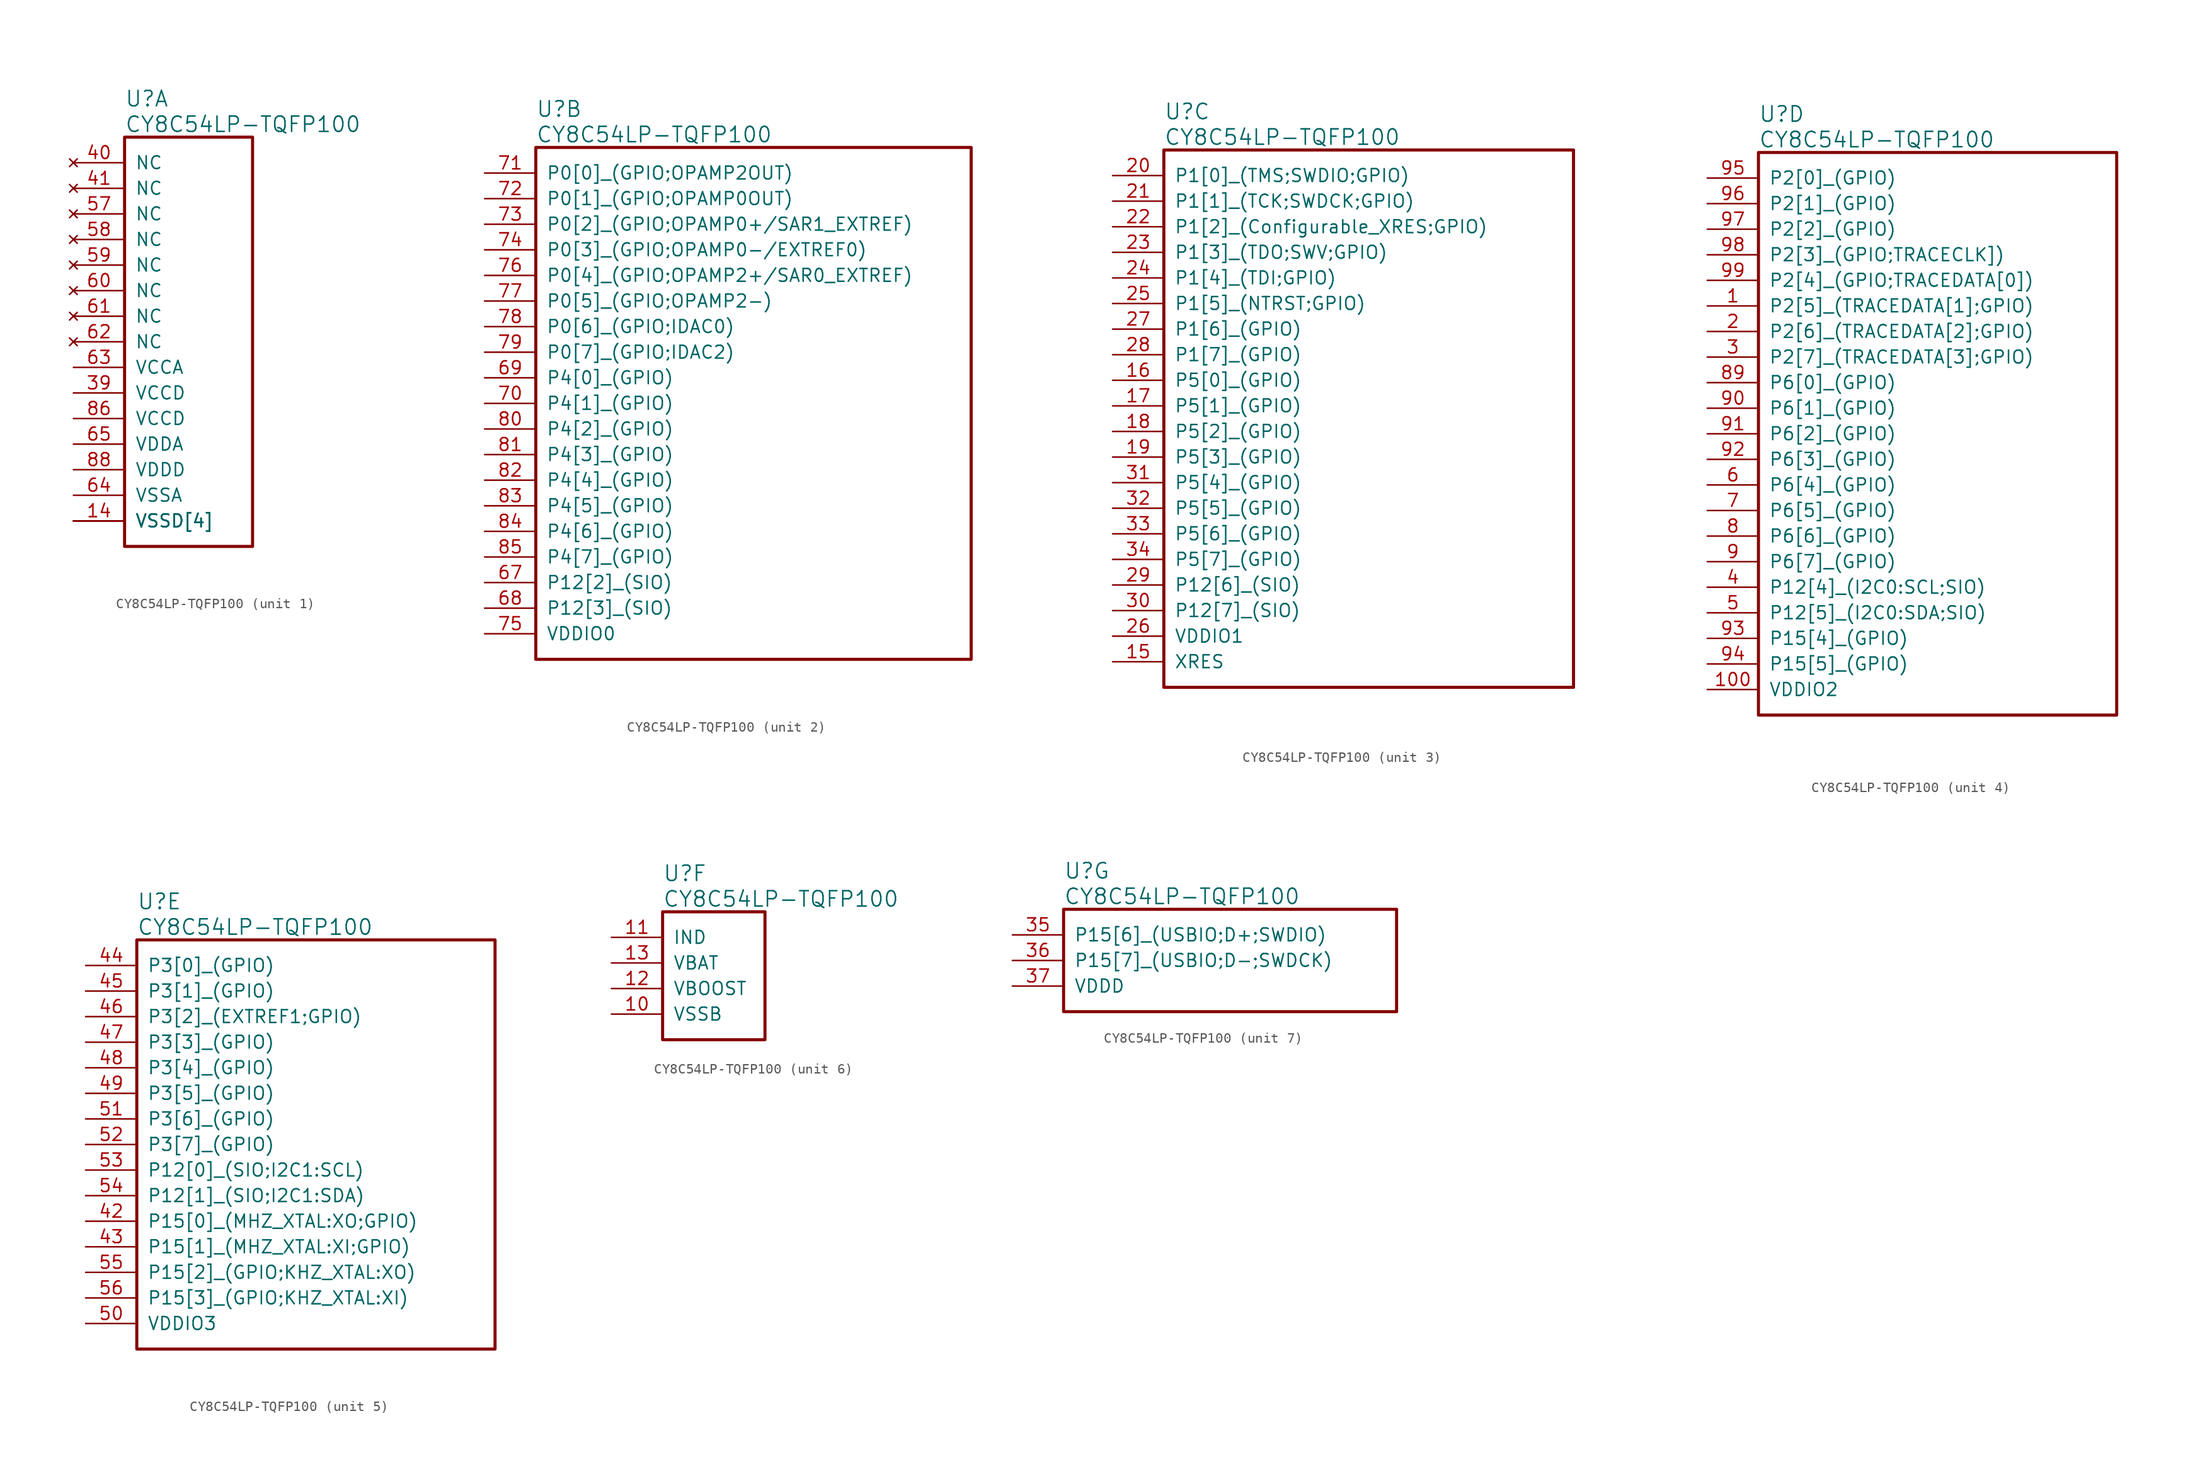
<source format=kicad_sym>
(kicad_symbol_lib
  (version 20241209)
  (generator "kicad_symbol_editor")
  (generator_version "9.0")
  (symbol "CY8C54LP-TQFP100"
    (pin_names
      (offset 1.016))
    (property "Reference" "U"
      (at 5.08 6.35 0)
      (effects (font (size 1.524 1.524)) (justify left)))
    (property "Value" "CY8C54LP-TQFP100"
      (at 5.08 3.81 0)
      (effects (font (size 1.524 1.524)) (justify left)))
    (property "ki_locked" ""
      (at 0 0 0)
      (effects (font (size 1.27 1.27))))
    (symbol "CY8C54LP-TQFP100_1_1"
      (rectangle (start 5.08 2.54) (end 17.78 -38.1) (stroke (width 0.305) (type solid)) (fill (type none)))
      (pin no_connect line (at 0 0 0) (length 5.08) (name "NC" (effects (font (size 1.27 1.27)))) (number "40" (effects (font (size 1.27 1.27)))))
      (pin no_connect line (at 0 -2.54 0) (length 5.08) (name "NC" (effects (font (size 1.27 1.27)))) (number "41" (effects (font (size 1.27 1.27)))))
      (pin no_connect line (at 0 -5.08 0) (length 5.08) (name "NC" (effects (font (size 1.27 1.27)))) (number "57" (effects (font (size 1.27 1.27)))))
      (pin no_connect line (at 0 -7.62 0) (length 5.08) (name "NC" (effects (font (size 1.27 1.27)))) (number "58" (effects (font (size 1.27 1.27)))))
      (pin no_connect line (at 0 -10.16 0) (length 5.08) (name "NC" (effects (font (size 1.27 1.27)))) (number "59" (effects (font (size 1.27 1.27)))))
      (pin no_connect line (at 0 -12.7 0) (length 5.08) (name "NC" (effects (font (size 1.27 1.27)))) (number "60" (effects (font (size 1.27 1.27)))))
      (pin no_connect line (at 0 -15.24 0) (length 5.08) (name "NC" (effects (font (size 1.27 1.27)))) (number "61" (effects (font (size 1.27 1.27)))))
      (pin no_connect line (at 0 -17.78 0) (length 5.08) (name "NC" (effects (font (size 1.27 1.27)))) (number "62" (effects (font (size 1.27 1.27)))))
      (pin power_out line (at 0 -20.32 0) (length 5.08) (name "VCCA" (effects (font (size 1.27 1.27)))) (number "63" (effects (font (size 1.27 1.27)))))
      (pin power_out line (at 0 -22.86 0) (length 5.08) (name "VCCD" (effects (font (size 1.27 1.27)))) (number "39" (effects (font (size 1.27 1.27)))))
      (pin power_out line (at 0 -25.4 0) (length 5.08) (name "VCCD" (effects (font (size 1.27 1.27)))) (number "86" (effects (font (size 1.27 1.27)))))
      (pin power_in line (at 0 -27.94 0) (length 5.08) (name "VDDA" (effects (font (size 1.27 1.27)))) (number "65" (effects (font (size 1.27 1.27)))))
      (pin power_in line (at 0 -30.48 0) (length 5.08) (name "VDDD" (effects (font (size 1.27 1.27)))) (number "88" (effects (font (size 1.27 1.27)))))
      (pin power_in line (at 0 -33.02 0) (length 5.08) (name "VSSA" (effects (font (size 1.27 1.27)))) (number "64" (effects (font (size 1.27 1.27)))))
      (pin power_in line (at 0 -35.56 0) (length 5.08) (name "VSSD[4]" (effects (font (size 1.27 1.27)))) (number "14" (effects (font (size 1.27 1.27)))))
      (pin power_in line (at 0 -35.56 0) (length 5.08) (name "VSSD[4]" (effects (font (size 1.27 1.27)))) (number "38" (effects (font (size 0 0)))))
      (pin power_in line (at 0 -35.56 0) (length 5.08) (name "VSSD[4]" (effects (font (size 1.27 1.27)))) (number "66" (effects (font (size 0 0)))))
      (pin power_in line (at 0 -35.56 0) (length 5.08) (name "VSSD[4]" (effects (font (size 1.27 1.27)))) (number "87" (effects (font (size 0 0))))))
    (symbol "CY8C54LP-TQFP100_2_1"
      (rectangle (start 5.08 2.54) (end 48.26 -48.26) (stroke (width 0.305) (type solid)) (fill (type none)))
      (pin bidirectional line (at 0 0 0) (length 5.08) (name "P0[0]_(GPIO;OPAMP2OUT)" (effects (font (size 1.27 1.27)))) (number "71" (effects (font (size 1.27 1.27)))))
      (pin bidirectional line (at 0 -2.54 0) (length 5.08) (name "P0[1]_(GPIO;OPAMP0OUT)" (effects (font (size 1.27 1.27)))) (number "72" (effects (font (size 1.27 1.27)))))
      (pin bidirectional line (at 0 -5.08 0) (length 5.08) (name "P0[2]_(GPIO;OPAMP0+/SAR1_EXTREF)" (effects (font (size 1.27 1.27)))) (number "73" (effects (font (size 1.27 1.27)))))
      (pin bidirectional line (at 0 -7.62 0) (length 5.08) (name "P0[3]_(GPIO;OPAMP0-/EXTREF0)" (effects (font (size 1.27 1.27)))) (number "74" (effects (font (size 1.27 1.27)))))
      (pin bidirectional line (at 0 -10.16 0) (length 5.08) (name "P0[4]_(GPIO;OPAMP2+/SAR0_EXTREF)" (effects (font (size 1.27 1.27)))) (number "76" (effects (font (size 1.27 1.27)))))
      (pin bidirectional line (at 0 -12.7 0) (length 5.08) (name "P0[5]_(GPIO;OPAMP2-)" (effects (font (size 1.27 1.27)))) (number "77" (effects (font (size 1.27 1.27)))))
      (pin bidirectional line (at 0 -15.24 0) (length 5.08) (name "P0[6]_(GPIO;IDAC0)" (effects (font (size 1.27 1.27)))) (number "78" (effects (font (size 1.27 1.27)))))
      (pin bidirectional line (at 0 -17.78 0) (length 5.08) (name "P0[7]_(GPIO;IDAC2)" (effects (font (size 1.27 1.27)))) (number "79" (effects (font (size 1.27 1.27)))))
      (pin bidirectional line (at 0 -20.32 0) (length 5.08) (name "P4[0]_(GPIO)" (effects (font (size 1.27 1.27)))) (number "69" (effects (font (size 1.27 1.27)))))
      (pin bidirectional line (at 0 -22.86 0) (length 5.08) (name "P4[1]_(GPIO)" (effects (font (size 1.27 1.27)))) (number "70" (effects (font (size 1.27 1.27)))))
      (pin bidirectional line (at 0 -25.4 0) (length 5.08) (name "P4[2]_(GPIO)" (effects (font (size 1.27 1.27)))) (number "80" (effects (font (size 1.27 1.27)))))
      (pin bidirectional line (at 0 -27.94 0) (length 5.08) (name "P4[3]_(GPIO)" (effects (font (size 1.27 1.27)))) (number "81" (effects (font (size 1.27 1.27)))))
      (pin bidirectional line (at 0 -30.48 0) (length 5.08) (name "P4[4]_(GPIO)" (effects (font (size 1.27 1.27)))) (number "82" (effects (font (size 1.27 1.27)))))
      (pin bidirectional line (at 0 -33.02 0) (length 5.08) (name "P4[5]_(GPIO)" (effects (font (size 1.27 1.27)))) (number "83" (effects (font (size 1.27 1.27)))))
      (pin bidirectional line (at 0 -35.56 0) (length 5.08) (name "P4[6]_(GPIO)" (effects (font (size 1.27 1.27)))) (number "84" (effects (font (size 1.27 1.27)))))
      (pin bidirectional line (at 0 -38.1 0) (length 5.08) (name "P4[7]_(GPIO)" (effects (font (size 1.27 1.27)))) (number "85" (effects (font (size 1.27 1.27)))))
      (pin bidirectional line (at 0 -40.64 0) (length 5.08) (name "P12[2]_(SIO)" (effects (font (size 1.27 1.27)))) (number "67" (effects (font (size 1.27 1.27)))))
      (pin bidirectional line (at 0 -43.18 0) (length 5.08) (name "P12[3]_(SIO)" (effects (font (size 1.27 1.27)))) (number "68" (effects (font (size 1.27 1.27)))))
      (pin power_in line (at 0 -45.72 0) (length 5.08) (name "VDDIO0" (effects (font (size 1.27 1.27)))) (number "75" (effects (font (size 1.27 1.27))))))
    (symbol "CY8C54LP-TQFP100_3_1"
      (rectangle (start 5.08 2.54) (end 45.72 -50.8) (stroke (width 0.305) (type solid)) (fill (type none)))
      (pin bidirectional line (at 0 0 0) (length 5.08) (name "P1[0]_(TMS;SWDIO;GPIO)" (effects (font (size 1.27 1.27)))) (number "20" (effects (font (size 1.27 1.27)))))
      (pin bidirectional line (at 0 -2.54 0) (length 5.08) (name "P1[1]_(TCK;SWDCK;GPIO)" (effects (font (size 1.27 1.27)))) (number "21" (effects (font (size 1.27 1.27)))))
      (pin bidirectional line (at 0 -5.08 0) (length 5.08) (name "P1[2]_(Configurable_XRES;GPIO)" (effects (font (size 1.27 1.27)))) (number "22" (effects (font (size 1.27 1.27)))))
      (pin bidirectional line (at 0 -7.62 0) (length 5.08) (name "P1[3]_(TDO;SWV;GPIO)" (effects (font (size 1.27 1.27)))) (number "23" (effects (font (size 1.27 1.27)))))
      (pin bidirectional line (at 0 -10.16 0) (length 5.08) (name "P1[4]_(TDI;GPIO)" (effects (font (size 1.27 1.27)))) (number "24" (effects (font (size 1.27 1.27)))))
      (pin bidirectional line (at 0 -12.7 0) (length 5.08) (name "P1[5]_(NTRST;GPIO)" (effects (font (size 1.27 1.27)))) (number "25" (effects (font (size 1.27 1.27)))))
      (pin bidirectional line (at 0 -15.24 0) (length 5.08) (name "P1[6]_(GPIO)" (effects (font (size 1.27 1.27)))) (number "27" (effects (font (size 1.27 1.27)))))
      (pin bidirectional line (at 0 -17.78 0) (length 5.08) (name "P1[7]_(GPIO)" (effects (font (size 1.27 1.27)))) (number "28" (effects (font (size 1.27 1.27)))))
      (pin bidirectional line (at 0 -20.32 0) (length 5.08) (name "P5[0]_(GPIO)" (effects (font (size 1.27 1.27)))) (number "16" (effects (font (size 1.27 1.27)))))
      (pin bidirectional line (at 0 -22.86 0) (length 5.08) (name "P5[1]_(GPIO)" (effects (font (size 1.27 1.27)))) (number "17" (effects (font (size 1.27 1.27)))))
      (pin bidirectional line (at 0 -25.4 0) (length 5.08) (name "P5[2]_(GPIO)" (effects (font (size 1.27 1.27)))) (number "18" (effects (font (size 1.27 1.27)))))
      (pin bidirectional line (at 0 -27.94 0) (length 5.08) (name "P5[3]_(GPIO)" (effects (font (size 1.27 1.27)))) (number "19" (effects (font (size 1.27 1.27)))))
      (pin bidirectional line (at 0 -30.48 0) (length 5.08) (name "P5[4]_(GPIO)" (effects (font (size 1.27 1.27)))) (number "31" (effects (font (size 1.27 1.27)))))
      (pin bidirectional line (at 0 -33.02 0) (length 5.08) (name "P5[5]_(GPIO)" (effects (font (size 1.27 1.27)))) (number "32" (effects (font (size 1.27 1.27)))))
      (pin bidirectional line (at 0 -35.56 0) (length 5.08) (name "P5[6]_(GPIO)" (effects (font (size 1.27 1.27)))) (number "33" (effects (font (size 1.27 1.27)))))
      (pin bidirectional line (at 0 -38.1 0) (length 5.08) (name "P5[7]_(GPIO)" (effects (font (size 1.27 1.27)))) (number "34" (effects (font (size 1.27 1.27)))))
      (pin bidirectional line (at 0 -40.64 0) (length 5.08) (name "P12[6]_(SIO)" (effects (font (size 1.27 1.27)))) (number "29" (effects (font (size 1.27 1.27)))))
      (pin bidirectional line (at 0 -43.18 0) (length 5.08) (name "P12[7]_(SIO)" (effects (font (size 1.27 1.27)))) (number "30" (effects (font (size 1.27 1.27)))))
      (pin power_in line (at 0 -45.72 0) (length 5.08) (name "VDDIO1" (effects (font (size 1.27 1.27)))) (number "26" (effects (font (size 1.27 1.27)))))
      (pin input line (at 0 -48.26 0) (length 5.08) (name "XRES" (effects (font (size 1.27 1.27)))) (number "15" (effects (font (size 1.27 1.27))))))
    (symbol "CY8C54LP-TQFP100_4_1"
      (rectangle (start 5.08 2.54) (end 40.64 -53.34) (stroke (width 0.305) (type solid)) (fill (type none)))
      (pin bidirectional line (at 0 0 0) (length 5.08) (name "P2[0]_(GPIO)" (effects (font (size 1.27 1.27)))) (number "95" (effects (font (size 1.27 1.27)))))
      (pin bidirectional line (at 0 -2.54 0) (length 5.08) (name "P2[1]_(GPIO)" (effects (font (size 1.27 1.27)))) (number "96" (effects (font (size 1.27 1.27)))))
      (pin bidirectional line (at 0 -5.08 0) (length 5.08) (name "P2[2]_(GPIO)" (effects (font (size 1.27 1.27)))) (number "97" (effects (font (size 1.27 1.27)))))
      (pin bidirectional line (at 0 -7.62 0) (length 5.08) (name "P2[3]_(GPIO;TRACECLK])" (effects (font (size 1.27 1.27)))) (number "98" (effects (font (size 1.27 1.27)))))
      (pin bidirectional line (at 0 -10.16 0) (length 5.08) (name "P2[4]_(GPIO;TRACEDATA[0])" (effects (font (size 1.27 1.27)))) (number "99" (effects (font (size 1.27 1.27)))))
      (pin bidirectional line (at 0 -12.7 0) (length 5.08) (name "P2[5]_(TRACEDATA[1];GPIO)" (effects (font (size 1.27 1.27)))) (number "1" (effects (font (size 1.27 1.27)))))
      (pin bidirectional line (at 0 -15.24 0) (length 5.08) (name "P2[6]_(TRACEDATA[2];GPIO)" (effects (font (size 1.27 1.27)))) (number "2" (effects (font (size 1.27 1.27)))))
      (pin bidirectional line (at 0 -17.78 0) (length 5.08) (name "P2[7]_(TRACEDATA[3];GPIO)" (effects (font (size 1.27 1.27)))) (number "3" (effects (font (size 1.27 1.27)))))
      (pin bidirectional line (at 0 -20.32 0) (length 5.08) (name "P6[0]_(GPIO)" (effects (font (size 1.27 1.27)))) (number "89" (effects (font (size 1.27 1.27)))))
      (pin bidirectional line (at 0 -22.86 0) (length 5.08) (name "P6[1]_(GPIO)" (effects (font (size 1.27 1.27)))) (number "90" (effects (font (size 1.27 1.27)))))
      (pin bidirectional line (at 0 -25.4 0) (length 5.08) (name "P6[2]_(GPIO)" (effects (font (size 1.27 1.27)))) (number "91" (effects (font (size 1.27 1.27)))))
      (pin bidirectional line (at 0 -27.94 0) (length 5.08) (name "P6[3]_(GPIO)" (effects (font (size 1.27 1.27)))) (number "92" (effects (font (size 1.27 1.27)))))
      (pin bidirectional line (at 0 -30.48 0) (length 5.08) (name "P6[4]_(GPIO)" (effects (font (size 1.27 1.27)))) (number "6" (effects (font (size 1.27 1.27)))))
      (pin bidirectional line (at 0 -33.02 0) (length 5.08) (name "P6[5]_(GPIO)" (effects (font (size 1.27 1.27)))) (number "7" (effects (font (size 1.27 1.27)))))
      (pin bidirectional line (at 0 -35.56 0) (length 5.08) (name "P6[6]_(GPIO)" (effects (font (size 1.27 1.27)))) (number "8" (effects (font (size 1.27 1.27)))))
      (pin bidirectional line (at 0 -38.1 0) (length 5.08) (name "P6[7]_(GPIO)" (effects (font (size 1.27 1.27)))) (number "9" (effects (font (size 1.27 1.27)))))
      (pin bidirectional line (at 0 -40.64 0) (length 5.08) (name "P12[4]_(I2C0:SCL;SIO)" (effects (font (size 1.27 1.27)))) (number "4" (effects (font (size 1.27 1.27)))))
      (pin bidirectional line (at 0 -43.18 0) (length 5.08) (name "P12[5]_(I2C0:SDA;SIO)" (effects (font (size 1.27 1.27)))) (number "5" (effects (font (size 1.27 1.27)))))
      (pin bidirectional line (at 0 -45.72 0) (length 5.08) (name "P15[4]_(GPIO)" (effects (font (size 1.27 1.27)))) (number "93" (effects (font (size 1.27 1.27)))))
      (pin bidirectional line (at 0 -48.26 0) (length 5.08) (name "P15[5]_(GPIO)" (effects (font (size 1.27 1.27)))) (number "94" (effects (font (size 1.27 1.27)))))
      (pin power_in line (at 0 -50.8 0) (length 5.08) (name "VDDIO2" (effects (font (size 1.27 1.27)))) (number "100" (effects (font (size 1.27 1.27))))))
    (symbol "CY8C54LP-TQFP100_5_1"
      (rectangle (start 5.08 2.54) (end 40.64 -38.1) (stroke (width 0.305) (type solid)) (fill (type none)))
      (pin bidirectional line (at 0 0 0) (length 5.08) (name "P3[0]_(GPIO)" (effects (font (size 1.27 1.27)))) (number "44" (effects (font (size 1.27 1.27)))))
      (pin bidirectional line (at 0 -2.54 0) (length 5.08) (name "P3[1]_(GPIO)" (effects (font (size 1.27 1.27)))) (number "45" (effects (font (size 1.27 1.27)))))
      (pin bidirectional line (at 0 -5.08 0) (length 5.08) (name "P3[2]_(EXTREF1;GPIO)" (effects (font (size 1.27 1.27)))) (number "46" (effects (font (size 1.27 1.27)))))
      (pin bidirectional line (at 0 -7.62 0) (length 5.08) (name "P3[3]_(GPIO)" (effects (font (size 1.27 1.27)))) (number "47" (effects (font (size 1.27 1.27)))))
      (pin bidirectional line (at 0 -10.16 0) (length 5.08) (name "P3[4]_(GPIO)" (effects (font (size 1.27 1.27)))) (number "48" (effects (font (size 1.27 1.27)))))
      (pin bidirectional line (at 0 -12.7 0) (length 5.08) (name "P3[5]_(GPIO)" (effects (font (size 1.27 1.27)))) (number "49" (effects (font (size 1.27 1.27)))))
      (pin bidirectional line (at 0 -15.24 0) (length 5.08) (name "P3[6]_(GPIO)" (effects (font (size 1.27 1.27)))) (number "51" (effects (font (size 1.27 1.27)))))
      (pin bidirectional line (at 0 -17.78 0) (length 5.08) (name "P3[7]_(GPIO)" (effects (font (size 1.27 1.27)))) (number "52" (effects (font (size 1.27 1.27)))))
      (pin bidirectional line (at 0 -20.32 0) (length 5.08) (name "P12[0]_(SIO;I2C1:SCL)" (effects (font (size 1.27 1.27)))) (number "53" (effects (font (size 1.27 1.27)))))
      (pin bidirectional line (at 0 -22.86 0) (length 5.08) (name "P12[1]_(SIO;I2C1:SDA)" (effects (font (size 1.27 1.27)))) (number "54" (effects (font (size 1.27 1.27)))))
      (pin bidirectional line (at 0 -25.4 0) (length 5.08) (name "P15[0]_(MHZ_XTAL:XO;GPIO)" (effects (font (size 1.27 1.27)))) (number "42" (effects (font (size 1.27 1.27)))))
      (pin bidirectional line (at 0 -27.94 0) (length 5.08) (name "P15[1]_(MHZ_XTAL:XI;GPIO)" (effects (font (size 1.27 1.27)))) (number "43" (effects (font (size 1.27 1.27)))))
      (pin bidirectional line (at 0 -30.48 0) (length 5.08) (name "P15[2]_(GPIO;KHZ_XTAL:XO)" (effects (font (size 1.27 1.27)))) (number "55" (effects (font (size 1.27 1.27)))))
      (pin bidirectional line (at 0 -33.02 0) (length 5.08) (name "P15[3]_(GPIO;KHZ_XTAL:XI)" (effects (font (size 1.27 1.27)))) (number "56" (effects (font (size 1.27 1.27)))))
      (pin power_in line (at 0 -35.56 0) (length 5.08) (name "VDDIO3" (effects (font (size 1.27 1.27)))) (number "50" (effects (font (size 1.27 1.27))))))
    (symbol "CY8C54LP-TQFP100_6_1"
      (rectangle (start 5.08 2.54) (end 15.24 -10.16) (stroke (width 0.305) (type solid)) (fill (type none)))
      (pin passive line (at 0 0 0) (length 5.08) (name "IND" (effects (font (size 1.27 1.27)))) (number "11" (effects (font (size 1.27 1.27)))))
      (pin power_in line (at 0 -2.54 0) (length 5.08) (name "VBAT" (effects (font (size 1.27 1.27)))) (number "13" (effects (font (size 1.27 1.27)))))
      (pin input line (at 0 -5.08 0) (length 5.08) (name "VBOOST" (effects (font (size 1.27 1.27)))) (number "12" (effects (font (size 1.27 1.27)))))
      (pin power_in line (at 0 -7.62 0) (length 5.08) (name "VSSB" (effects (font (size 1.27 1.27)))) (number "10" (effects (font (size 1.27 1.27))))))
    (symbol "CY8C54LP-TQFP100_7_1"
      (rectangle (start 5.08 2.54) (end 38.1 -7.62) (stroke (width 0.305) (type solid)) (fill (type none)))
      (pin bidirectional line (at 0 0 0) (length 5.08) (name "P15[6]_(USBIO;D+;SWDIO)" (effects (font (size 1.27 1.27)))) (number "35" (effects (font (size 1.27 1.27)))))
      (pin bidirectional line (at 0 -2.54 0) (length 5.08) (name "P15[7]_(USBIO;D-;SWDCK)" (effects (font (size 1.27 1.27)))) (number "36" (effects (font (size 1.27 1.27)))))
      (pin power_in line (at 0 -5.08 0) (length 5.08) (name "VDDD" (effects (font (size 1.27 1.27)))) (number "37" (effects (font (size 1.27 1.27))))))))
</source>
